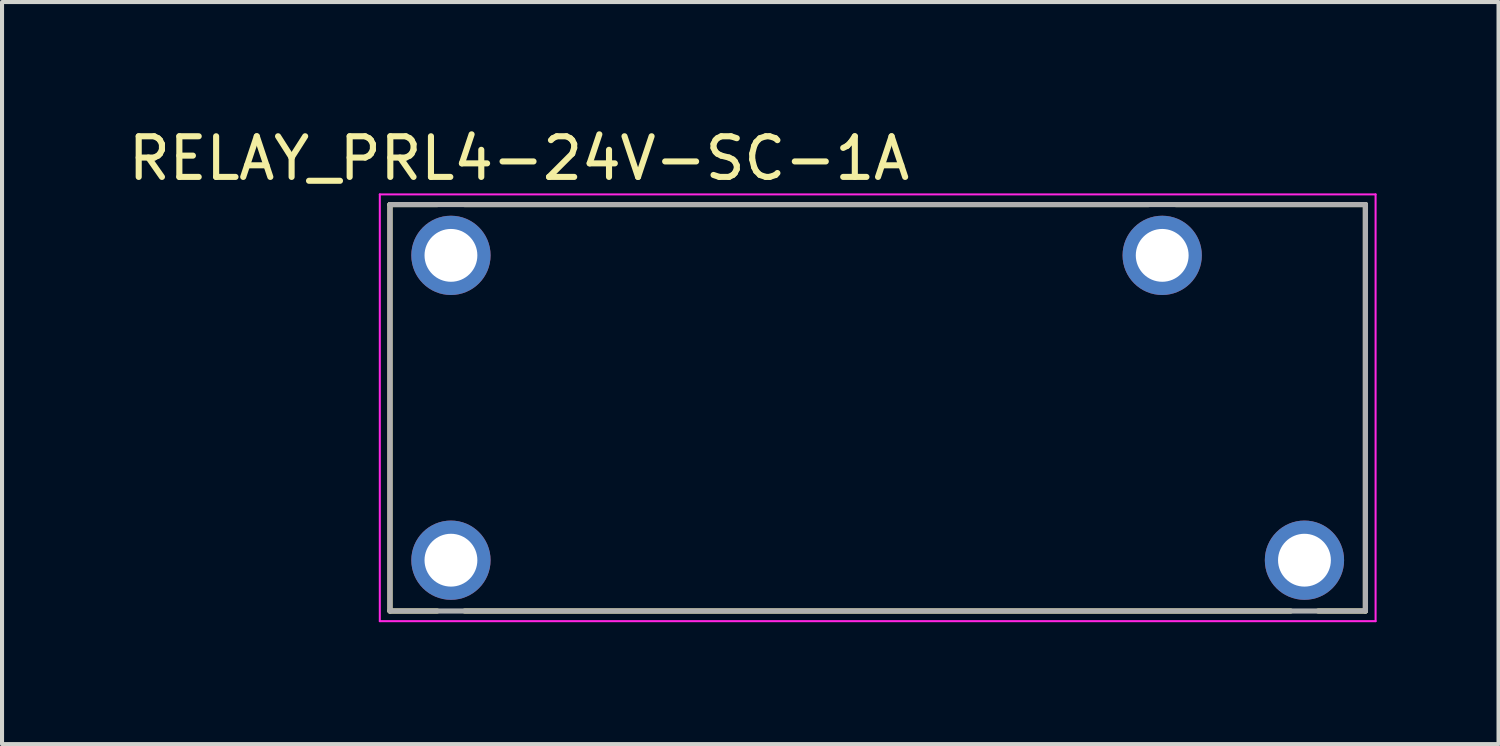
<source format=kicad_pcb>
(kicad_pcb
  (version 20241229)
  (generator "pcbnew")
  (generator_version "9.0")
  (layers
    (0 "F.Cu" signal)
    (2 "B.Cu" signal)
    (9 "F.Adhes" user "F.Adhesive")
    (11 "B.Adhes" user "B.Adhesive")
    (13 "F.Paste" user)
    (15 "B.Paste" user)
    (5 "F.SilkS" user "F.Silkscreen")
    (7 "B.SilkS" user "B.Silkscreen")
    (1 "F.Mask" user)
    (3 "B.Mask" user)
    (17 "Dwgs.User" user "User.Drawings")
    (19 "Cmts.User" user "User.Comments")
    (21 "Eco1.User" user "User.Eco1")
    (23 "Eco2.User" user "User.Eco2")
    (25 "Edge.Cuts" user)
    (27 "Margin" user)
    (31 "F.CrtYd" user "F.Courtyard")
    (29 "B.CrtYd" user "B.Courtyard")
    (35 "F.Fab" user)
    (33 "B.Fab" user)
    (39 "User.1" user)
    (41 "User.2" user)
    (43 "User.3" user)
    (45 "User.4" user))
  (footprint "RELAY_PRL4-24V-SC-1A"
    (layer "F.Cu")
    (at 18.545 6.983)
    (property "Reference" "RELAY_PRL4-24V-SC-1A" (at -8.825 -6.135 0) (layer "F.SilkS") (effects (font (size 1 1) (thickness 0.15))))
    (attr through_hole)
    (fp_line (start -12 -5) (end -10.838 -5) (stroke (width 0.127) (type solid)) (layer "F.SilkS"))
    (fp_line (start -12 5) (end -12 -5) (stroke (width 0.127) (type solid)) (layer "F.SilkS"))
    (fp_line (start -12 5) (end -10.838 5) (stroke (width 0.127) (type solid)) (layer "F.SilkS"))
    (fp_line (start -10.162 -5) (end 6.662 -5) (stroke (width 0.127) (type solid)) (layer "F.SilkS"))
    (fp_line (start -10.162 5) (end 10.162 5) (stroke (width 0.127) (type solid)) (layer "F.SilkS"))
    (fp_line (start 7.338 -5) (end 12 -5) (stroke (width 0.127) (type solid)) (layer "F.SilkS"))
    (fp_line (start 10.838 5) (end 12 5) (stroke (width 0.127) (type solid)) (layer "F.SilkS"))
    (fp_line (start 12 5) (end 12 -5) (stroke (width 0.127) (type solid)) (layer "F.SilkS"))
    (fp_line (start -12.25 -5.25) (end 12.25 -5.25) (stroke (width 0.05) (type solid)) (layer "F.CrtYd"))
    (fp_line (start -12.25 5.25) (end -12.25 -5.25) (stroke (width 0.05) (type solid)) (layer "F.CrtYd"))
    (fp_line (start 12.25 -5.25) (end 12.25 5.25) (stroke (width 0.05) (type solid)) (layer "F.CrtYd"))
    (fp_line (start 12.25 5.25) (end -12.25 5.25) (stroke (width 0.05) (type solid)) (layer "F.CrtYd"))
    (fp_line (start -12 -5) (end -12 5) (stroke (width 0.127) (type solid)) (layer "F.Fab"))
    (fp_line (start -12 5) (end 12 5) (stroke (width 0.127) (type solid)) (layer "F.Fab"))
    (fp_line (start 12 -5) (end -12 -5) (stroke (width 0.127) (type solid)) (layer "F.Fab"))
    (fp_line (start 12 5) (end 12 -5) (stroke (width 0.127) (type solid)) (layer "F.Fab"))
    (pad "C1" thru_hole circle (at -10.5 -3.75) (size 1.95 1.95) (drill 1.3) (layers "*.Cu" "*.Mask"))
    (pad "C2" thru_hole circle (at -10.5 3.75) (size 1.95 1.95) (drill 1.3) (layers "*.Cu" "*.Mask"))
    (pad "COM" thru_hole circle (at 7 -3.75) (size 1.95 1.95) (drill 1.3) (layers "*.Cu" "*.Mask"))
    (pad "NO" thru_hole circle (at 10.5 3.75) (size 1.95 1.95) (drill 1.3) (layers "*.Cu" "*.Mask")))
  (gr_rect
    (start -3 -3)
    (end 33.82 15.258)
    (stroke (width 0.1) (type default))
    (fill no)
    (layer "Edge.Cuts")))
</source>
